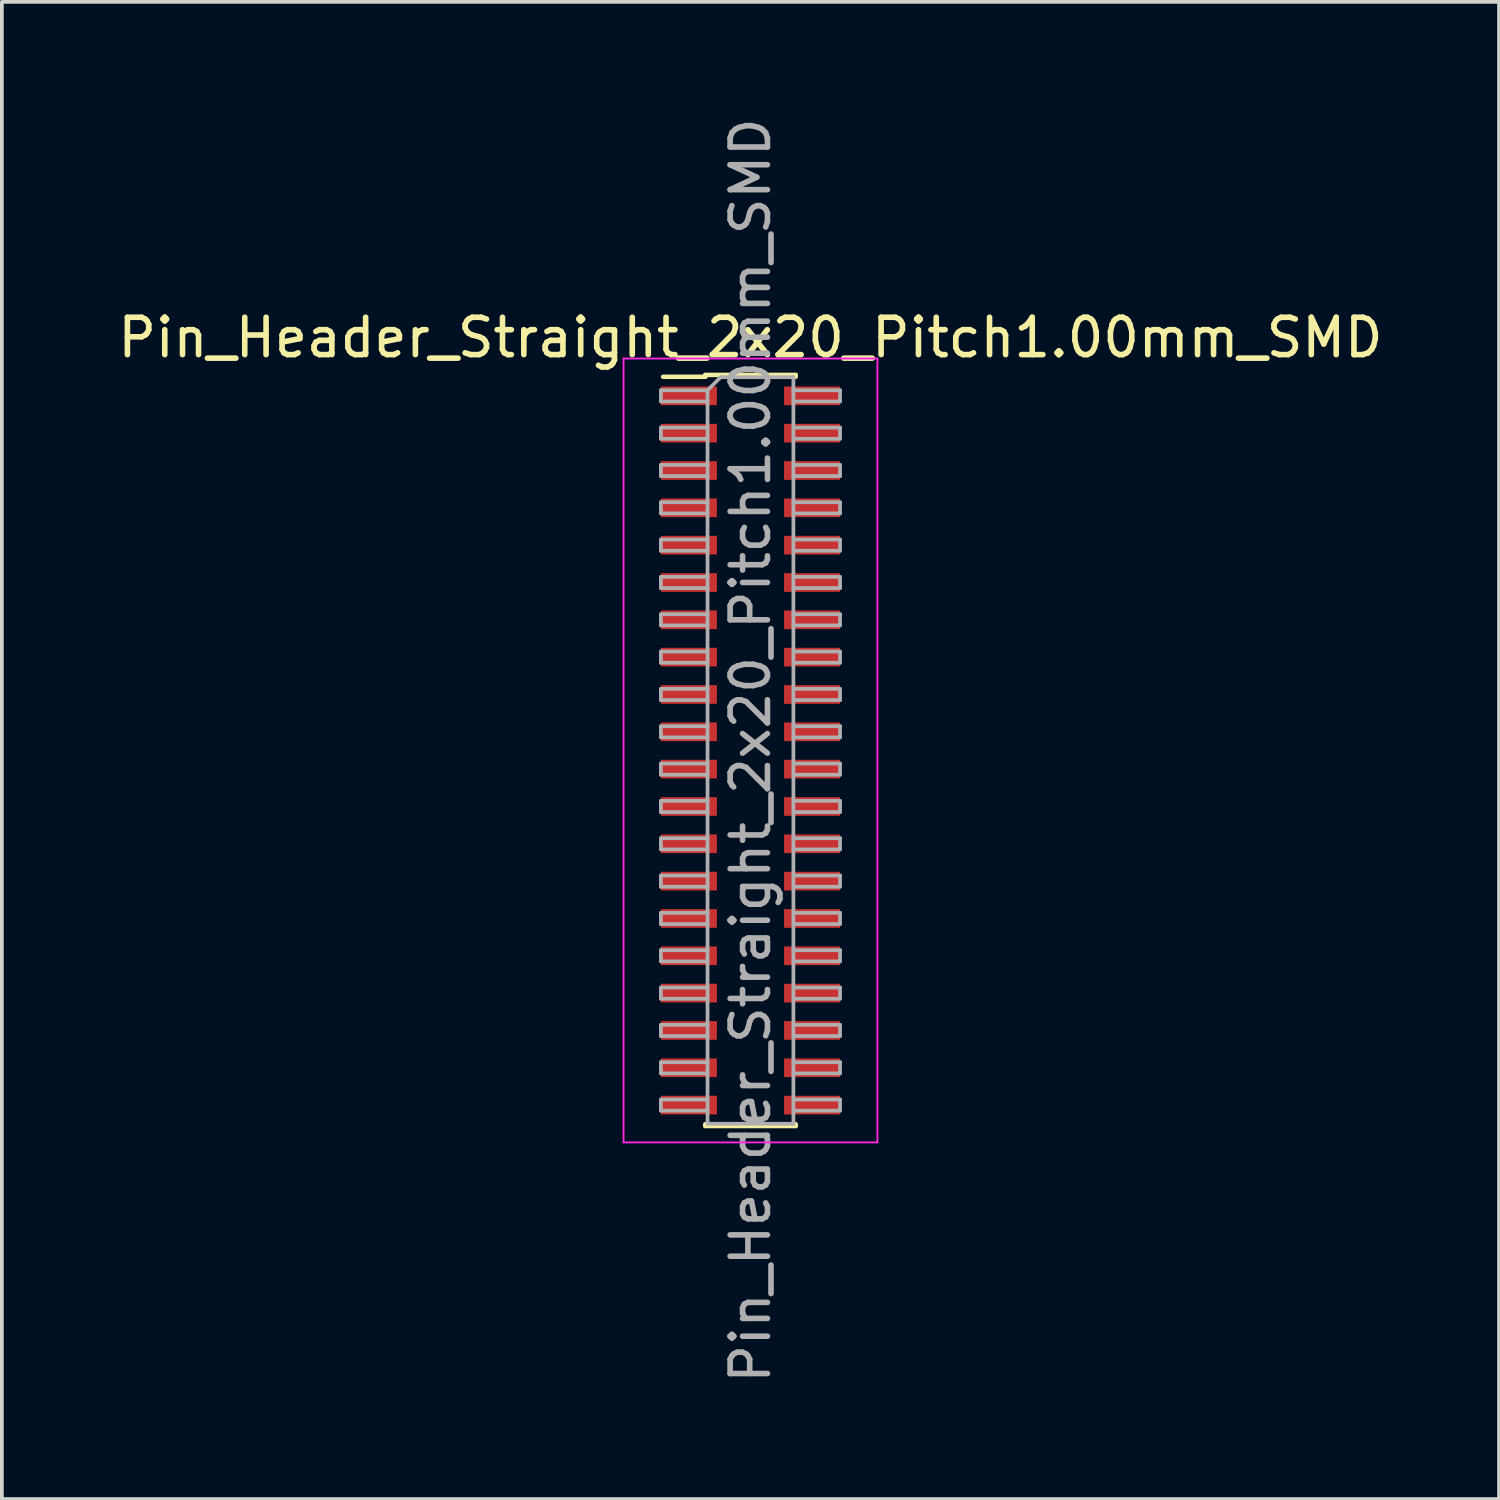
<source format=kicad_pcb>
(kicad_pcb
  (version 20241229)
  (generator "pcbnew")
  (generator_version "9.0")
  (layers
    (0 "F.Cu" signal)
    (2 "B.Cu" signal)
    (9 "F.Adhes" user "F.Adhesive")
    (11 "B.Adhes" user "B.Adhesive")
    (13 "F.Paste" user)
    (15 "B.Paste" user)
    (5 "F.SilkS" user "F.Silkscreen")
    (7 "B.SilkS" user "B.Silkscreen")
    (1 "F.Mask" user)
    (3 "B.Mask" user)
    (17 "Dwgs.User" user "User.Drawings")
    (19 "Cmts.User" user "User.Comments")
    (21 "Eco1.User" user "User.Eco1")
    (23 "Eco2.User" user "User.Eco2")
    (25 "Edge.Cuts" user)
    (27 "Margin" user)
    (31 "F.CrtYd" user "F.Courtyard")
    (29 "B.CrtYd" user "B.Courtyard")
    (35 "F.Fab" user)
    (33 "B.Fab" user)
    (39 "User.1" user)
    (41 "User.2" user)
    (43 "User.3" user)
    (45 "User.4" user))
  (footprint "Pin_Header_Straight_2x20_Pitch1.00mm_SMD"
    (layer "F.Cu")
    (at 17.054 17.054)
    (property "Reference" "Pin_Header_Straight_2x20_Pitch1.00mm_SMD" (at 0 -11.06 0) (layer "F.SilkS") (effects (font (size 1 1) (thickness 0.15))))
    (attr smd)
    (fp_line (start -2.34 -10.01) (end -1.21 -10.01) (stroke (width 0.12) (type solid)) (layer "F.SilkS"))
    (fp_line (start -1.21 -10.06) (end -1.21 -10.01) (stroke (width 0.12) (type solid)) (layer "F.SilkS"))
    (fp_line (start -1.21 -10.06) (end 1.21 -10.06) (stroke (width 0.12) (type solid)) (layer "F.SilkS"))
    (fp_line (start -1.21 10.01) (end -1.21 10.06) (stroke (width 0.12) (type solid)) (layer "F.SilkS"))
    (fp_line (start -1.21 10.06) (end 1.21 10.06) (stroke (width 0.12) (type solid)) (layer "F.SilkS"))
    (fp_line (start 1.21 -10.06) (end 1.21 -10.01) (stroke (width 0.12) (type solid)) (layer "F.SilkS"))
    (fp_line (start 1.21 10.01) (end 1.21 10.06) (stroke (width 0.12) (type solid)) (layer "F.SilkS"))
    (fp_line (start -3.4 -10.5) (end -3.4 10.5) (stroke (width 0.05) (type solid)) (layer "F.CrtYd"))
    (fp_line (start -3.4 10.5) (end 3.4 10.5) (stroke (width 0.05) (type solid)) (layer "F.CrtYd"))
    (fp_line (start 3.4 -10.5) (end -3.4 -10.5) (stroke (width 0.05) (type solid)) (layer "F.CrtYd"))
    (fp_line (start 3.4 10.5) (end 3.4 -10.5) (stroke (width 0.05) (type solid)) (layer "F.CrtYd"))
    (fp_line (start -2.4 -9.65) (end -2.4 -9.35) (stroke (width 0.1) (type solid)) (layer "F.Fab"))
    (fp_line (start -2.4 -9.35) (end -1.15 -9.35) (stroke (width 0.1) (type solid)) (layer "F.Fab"))
    (fp_line (start -2.4 -8.65) (end -2.4 -8.35) (stroke (width 0.1) (type solid)) (layer "F.Fab"))
    (fp_line (start -2.4 -8.35) (end -1.15 -8.35) (stroke (width 0.1) (type solid)) (layer "F.Fab"))
    (fp_line (start -2.4 -7.65) (end -2.4 -7.35) (stroke (width 0.1) (type solid)) (layer "F.Fab"))
    (fp_line (start -2.4 -7.35) (end -1.15 -7.35) (stroke (width 0.1) (type solid)) (layer "F.Fab"))
    (fp_line (start -2.4 -6.65) (end -2.4 -6.35) (stroke (width 0.1) (type solid)) (layer "F.Fab"))
    (fp_line (start -2.4 -6.35) (end -1.15 -6.35) (stroke (width 0.1) (type solid)) (layer "F.Fab"))
    (fp_line (start -2.4 -5.65) (end -2.4 -5.35) (stroke (width 0.1) (type solid)) (layer "F.Fab"))
    (fp_line (start -2.4 -5.35) (end -1.15 -5.35) (stroke (width 0.1) (type solid)) (layer "F.Fab"))
    (fp_line (start -2.4 -4.65) (end -2.4 -4.35) (stroke (width 0.1) (type solid)) (layer "F.Fab"))
    (fp_line (start -2.4 -4.35) (end -1.15 -4.35) (stroke (width 0.1) (type solid)) (layer "F.Fab"))
    (fp_line (start -2.4 -3.65) (end -2.4 -3.35) (stroke (width 0.1) (type solid)) (layer "F.Fab"))
    (fp_line (start -2.4 -3.35) (end -1.15 -3.35) (stroke (width 0.1) (type solid)) (layer "F.Fab"))
    (fp_line (start -2.4 -2.65) (end -2.4 -2.35) (stroke (width 0.1) (type solid)) (layer "F.Fab"))
    (fp_line (start -2.4 -2.35) (end -1.15 -2.35) (stroke (width 0.1) (type solid)) (layer "F.Fab"))
    (fp_line (start -2.4 -1.65) (end -2.4 -1.35) (stroke (width 0.1) (type solid)) (layer "F.Fab"))
    (fp_line (start -2.4 -1.35) (end -1.15 -1.35) (stroke (width 0.1) (type solid)) (layer "F.Fab"))
    (fp_line (start -2.4 -0.65) (end -2.4 -0.35) (stroke (width 0.1) (type solid)) (layer "F.Fab"))
    (fp_line (start -2.4 -0.35) (end -1.15 -0.35) (stroke (width 0.1) (type solid)) (layer "F.Fab"))
    (fp_line (start -2.4 0.35) (end -2.4 0.65) (stroke (width 0.1) (type solid)) (layer "F.Fab"))
    (fp_line (start -2.4 0.65) (end -1.15 0.65) (stroke (width 0.1) (type solid)) (layer "F.Fab"))
    (fp_line (start -2.4 1.35) (end -2.4 1.65) (stroke (width 0.1) (type solid)) (layer "F.Fab"))
    (fp_line (start -2.4 1.65) (end -1.15 1.65) (stroke (width 0.1) (type solid)) (layer "F.Fab"))
    (fp_line (start -2.4 2.35) (end -2.4 2.65) (stroke (width 0.1) (type solid)) (layer "F.Fab"))
    (fp_line (start -2.4 2.65) (end -1.15 2.65) (stroke (width 0.1) (type solid)) (layer "F.Fab"))
    (fp_line (start -2.4 3.35) (end -2.4 3.65) (stroke (width 0.1) (type solid)) (layer "F.Fab"))
    (fp_line (start -2.4 3.65) (end -1.15 3.65) (stroke (width 0.1) (type solid)) (layer "F.Fab"))
    (fp_line (start -2.4 4.35) (end -2.4 4.65) (stroke (width 0.1) (type solid)) (layer "F.Fab"))
    (fp_line (start -2.4 4.65) (end -1.15 4.65) (stroke (width 0.1) (type solid)) (layer "F.Fab"))
    (fp_line (start -2.4 5.35) (end -2.4 5.65) (stroke (width 0.1) (type solid)) (layer "F.Fab"))
    (fp_line (start -2.4 5.65) (end -1.15 5.65) (stroke (width 0.1) (type solid)) (layer "F.Fab"))
    (fp_line (start -2.4 6.35) (end -2.4 6.65) (stroke (width 0.1) (type solid)) (layer "F.Fab"))
    (fp_line (start -2.4 6.65) (end -1.15 6.65) (stroke (width 0.1) (type solid)) (layer "F.Fab"))
    (fp_line (start -2.4 7.35) (end -2.4 7.65) (stroke (width 0.1) (type solid)) (layer "F.Fab"))
    (fp_line (start -2.4 7.65) (end -1.15 7.65) (stroke (width 0.1) (type solid)) (layer "F.Fab"))
    (fp_line (start -2.4 8.35) (end -2.4 8.65) (stroke (width 0.1) (type solid)) (layer "F.Fab"))
    (fp_line (start -2.4 8.65) (end -1.15 8.65) (stroke (width 0.1) (type solid)) (layer "F.Fab"))
    (fp_line (start -2.4 9.35) (end -2.4 9.65) (stroke (width 0.1) (type solid)) (layer "F.Fab"))
    (fp_line (start -2.4 9.65) (end -1.15 9.65) (stroke (width 0.1) (type solid)) (layer "F.Fab"))
    (fp_line (start -1.15 -9.65) (end -2.4 -9.65) (stroke (width 0.1) (type solid)) (layer "F.Fab"))
    (fp_line (start -1.15 -9.65) (end -0.8 -10) (stroke (width 0.1) (type solid)) (layer "F.Fab"))
    (fp_line (start -1.15 -8.65) (end -2.4 -8.65) (stroke (width 0.1) (type solid)) (layer "F.Fab"))
    (fp_line (start -1.15 -7.65) (end -2.4 -7.65) (stroke (width 0.1) (type solid)) (layer "F.Fab"))
    (fp_line (start -1.15 -6.65) (end -2.4 -6.65) (stroke (width 0.1) (type solid)) (layer "F.Fab"))
    (fp_line (start -1.15 -5.65) (end -2.4 -5.65) (stroke (width 0.1) (type solid)) (layer "F.Fab"))
    (fp_line (start -1.15 -4.65) (end -2.4 -4.65) (stroke (width 0.1) (type solid)) (layer "F.Fab"))
    (fp_line (start -1.15 -3.65) (end -2.4 -3.65) (stroke (width 0.1) (type solid)) (layer "F.Fab"))
    (fp_line (start -1.15 -2.65) (end -2.4 -2.65) (stroke (width 0.1) (type solid)) (layer "F.Fab"))
    (fp_line (start -1.15 -1.65) (end -2.4 -1.65) (stroke (width 0.1) (type solid)) (layer "F.Fab"))
    (fp_line (start -1.15 -0.65) (end -2.4 -0.65) (stroke (width 0.1) (type solid)) (layer "F.Fab"))
    (fp_line (start -1.15 0.35) (end -2.4 0.35) (stroke (width 0.1) (type solid)) (layer "F.Fab"))
    (fp_line (start -1.15 1.35) (end -2.4 1.35) (stroke (width 0.1) (type solid)) (layer "F.Fab"))
    (fp_line (start -1.15 2.35) (end -2.4 2.35) (stroke (width 0.1) (type solid)) (layer "F.Fab"))
    (fp_line (start -1.15 3.35) (end -2.4 3.35) (stroke (width 0.1) (type solid)) (layer "F.Fab"))
    (fp_line (start -1.15 4.35) (end -2.4 4.35) (stroke (width 0.1) (type solid)) (layer "F.Fab"))
    (fp_line (start -1.15 5.35) (end -2.4 5.35) (stroke (width 0.1) (type solid)) (layer "F.Fab"))
    (fp_line (start -1.15 6.35) (end -2.4 6.35) (stroke (width 0.1) (type solid)) (layer "F.Fab"))
    (fp_line (start -1.15 7.35) (end -2.4 7.35) (stroke (width 0.1) (type solid)) (layer "F.Fab"))
    (fp_line (start -1.15 8.35) (end -2.4 8.35) (stroke (width 0.1) (type solid)) (layer "F.Fab"))
    (fp_line (start -1.15 9.35) (end -2.4 9.35) (stroke (width 0.1) (type solid)) (layer "F.Fab"))
    (fp_line (start -1.15 10) (end -1.15 -9.65) (stroke (width 0.1) (type solid)) (layer "F.Fab"))
    (fp_line (start -0.8 -10) (end 1.15 -10) (stroke (width 0.1) (type solid)) (layer "F.Fab"))
    (fp_line (start 1.15 -10) (end 1.15 10) (stroke (width 0.1) (type solid)) (layer "F.Fab"))
    (fp_line (start 1.15 -9.65) (end 2.4 -9.65) (stroke (width 0.1) (type solid)) (layer "F.Fab"))
    (fp_line (start 1.15 -8.65) (end 2.4 -8.65) (stroke (width 0.1) (type solid)) (layer "F.Fab"))
    (fp_line (start 1.15 -7.65) (end 2.4 -7.65) (stroke (width 0.1) (type solid)) (layer "F.Fab"))
    (fp_line (start 1.15 -6.65) (end 2.4 -6.65) (stroke (width 0.1) (type solid)) (layer "F.Fab"))
    (fp_line (start 1.15 -5.65) (end 2.4 -5.65) (stroke (width 0.1) (type solid)) (layer "F.Fab"))
    (fp_line (start 1.15 -4.65) (end 2.4 -4.65) (stroke (width 0.1) (type solid)) (layer "F.Fab"))
    (fp_line (start 1.15 -3.65) (end 2.4 -3.65) (stroke (width 0.1) (type solid)) (layer "F.Fab"))
    (fp_line (start 1.15 -2.65) (end 2.4 -2.65) (stroke (width 0.1) (type solid)) (layer "F.Fab"))
    (fp_line (start 1.15 -1.65) (end 2.4 -1.65) (stroke (width 0.1) (type solid)) (layer "F.Fab"))
    (fp_line (start 1.15 -0.65) (end 2.4 -0.65) (stroke (width 0.1) (type solid)) (layer "F.Fab"))
    (fp_line (start 1.15 0.35) (end 2.4 0.35) (stroke (width 0.1) (type solid)) (layer "F.Fab"))
    (fp_line (start 1.15 1.35) (end 2.4 1.35) (stroke (width 0.1) (type solid)) (layer "F.Fab"))
    (fp_line (start 1.15 2.35) (end 2.4 2.35) (stroke (width 0.1) (type solid)) (layer "F.Fab"))
    (fp_line (start 1.15 3.35) (end 2.4 3.35) (stroke (width 0.1) (type solid)) (layer "F.Fab"))
    (fp_line (start 1.15 4.35) (end 2.4 4.35) (stroke (width 0.1) (type solid)) (layer "F.Fab"))
    (fp_line (start 1.15 5.35) (end 2.4 5.35) (stroke (width 0.1) (type solid)) (layer "F.Fab"))
    (fp_line (start 1.15 6.35) (end 2.4 6.35) (stroke (width 0.1) (type solid)) (layer "F.Fab"))
    (fp_line (start 1.15 7.35) (end 2.4 7.35) (stroke (width 0.1) (type solid)) (layer "F.Fab"))
    (fp_line (start 1.15 8.35) (end 2.4 8.35) (stroke (width 0.1) (type solid)) (layer "F.Fab"))
    (fp_line (start 1.15 9.35) (end 2.4 9.35) (stroke (width 0.1) (type solid)) (layer "F.Fab"))
    (fp_line (start 1.15 10) (end -1.15 10) (stroke (width 0.1) (type solid)) (layer "F.Fab"))
    (fp_line (start 2.4 -9.65) (end 2.4 -9.35) (stroke (width 0.1) (type solid)) (layer "F.Fab"))
    (fp_line (start 2.4 -9.35) (end 1.15 -9.35) (stroke (width 0.1) (type solid)) (layer "F.Fab"))
    (fp_line (start 2.4 -8.65) (end 2.4 -8.35) (stroke (width 0.1) (type solid)) (layer "F.Fab"))
    (fp_line (start 2.4 -8.35) (end 1.15 -8.35) (stroke (width 0.1) (type solid)) (layer "F.Fab"))
    (fp_line (start 2.4 -7.65) (end 2.4 -7.35) (stroke (width 0.1) (type solid)) (layer "F.Fab"))
    (fp_line (start 2.4 -7.35) (end 1.15 -7.35) (stroke (width 0.1) (type solid)) (layer "F.Fab"))
    (fp_line (start 2.4 -6.65) (end 2.4 -6.35) (stroke (width 0.1) (type solid)) (layer "F.Fab"))
    (fp_line (start 2.4 -6.35) (end 1.15 -6.35) (stroke (width 0.1) (type solid)) (layer "F.Fab"))
    (fp_line (start 2.4 -5.65) (end 2.4 -5.35) (stroke (width 0.1) (type solid)) (layer "F.Fab"))
    (fp_line (start 2.4 -5.35) (end 1.15 -5.35) (stroke (width 0.1) (type solid)) (layer "F.Fab"))
    (fp_line (start 2.4 -4.65) (end 2.4 -4.35) (stroke (width 0.1) (type solid)) (layer "F.Fab"))
    (fp_line (start 2.4 -4.35) (end 1.15 -4.35) (stroke (width 0.1) (type solid)) (layer "F.Fab"))
    (fp_line (start 2.4 -3.65) (end 2.4 -3.35) (stroke (width 0.1) (type solid)) (layer "F.Fab"))
    (fp_line (start 2.4 -3.35) (end 1.15 -3.35) (stroke (width 0.1) (type solid)) (layer "F.Fab"))
    (fp_line (start 2.4 -2.65) (end 2.4 -2.35) (stroke (width 0.1) (type solid)) (layer "F.Fab"))
    (fp_line (start 2.4 -2.35) (end 1.15 -2.35) (stroke (width 0.1) (type solid)) (layer "F.Fab"))
    (fp_line (start 2.4 -1.65) (end 2.4 -1.35) (stroke (width 0.1) (type solid)) (layer "F.Fab"))
    (fp_line (start 2.4 -1.35) (end 1.15 -1.35) (stroke (width 0.1) (type solid)) (layer "F.Fab"))
    (fp_line (start 2.4 -0.65) (end 2.4 -0.35) (stroke (width 0.1) (type solid)) (layer "F.Fab"))
    (fp_line (start 2.4 -0.35) (end 1.15 -0.35) (stroke (width 0.1) (type solid)) (layer "F.Fab"))
    (fp_line (start 2.4 0.35) (end 2.4 0.65) (stroke (width 0.1) (type solid)) (layer "F.Fab"))
    (fp_line (start 2.4 0.65) (end 1.15 0.65) (stroke (width 0.1) (type solid)) (layer "F.Fab"))
    (fp_line (start 2.4 1.35) (end 2.4 1.65) (stroke (width 0.1) (type solid)) (layer "F.Fab"))
    (fp_line (start 2.4 1.65) (end 1.15 1.65) (stroke (width 0.1) (type solid)) (layer "F.Fab"))
    (fp_line (start 2.4 2.35) (end 2.4 2.65) (stroke (width 0.1) (type solid)) (layer "F.Fab"))
    (fp_line (start 2.4 2.65) (end 1.15 2.65) (stroke (width 0.1) (type solid)) (layer "F.Fab"))
    (fp_line (start 2.4 3.35) (end 2.4 3.65) (stroke (width 0.1) (type solid)) (layer "F.Fab"))
    (fp_line (start 2.4 3.65) (end 1.15 3.65) (stroke (width 0.1) (type solid)) (layer "F.Fab"))
    (fp_line (start 2.4 4.35) (end 2.4 4.65) (stroke (width 0.1) (type solid)) (layer "F.Fab"))
    (fp_line (start 2.4 4.65) (end 1.15 4.65) (stroke (width 0.1) (type solid)) (layer "F.Fab"))
    (fp_line (start 2.4 5.35) (end 2.4 5.65) (stroke (width 0.1) (type solid)) (layer "F.Fab"))
    (fp_line (start 2.4 5.65) (end 1.15 5.65) (stroke (width 0.1) (type solid)) (layer "F.Fab"))
    (fp_line (start 2.4 6.35) (end 2.4 6.65) (stroke (width 0.1) (type solid)) (layer "F.Fab"))
    (fp_line (start 2.4 6.65) (end 1.15 6.65) (stroke (width 0.1) (type solid)) (layer "F.Fab"))
    (fp_line (start 2.4 7.35) (end 2.4 7.65) (stroke (width 0.1) (type solid)) (layer "F.Fab"))
    (fp_line (start 2.4 7.65) (end 1.15 7.65) (stroke (width 0.1) (type solid)) (layer "F.Fab"))
    (fp_line (start 2.4 8.35) (end 2.4 8.65) (stroke (width 0.1) (type solid)) (layer "F.Fab"))
    (fp_line (start 2.4 8.65) (end 1.15 8.65) (stroke (width 0.1) (type solid)) (layer "F.Fab"))
    (fp_line (start 2.4 9.35) (end 2.4 9.65) (stroke (width 0.1) (type solid)) (layer "F.Fab"))
    (fp_line (start 2.4 9.65) (end 1.15 9.65) (stroke (width 0.1) (type solid)) (layer "F.Fab"))
    (fp_text user "${REFERENCE}" (at 0 0 90) (layer "F.Fab") (effects (font (size 1 1) (thickness 0.15))))
    (pad "1" smd rect (at -1.65 -9.5) (size 1.5 0.5) (layers "F.Cu" "F.Mask" "F.Paste"))
    (pad "2" smd rect (at 1.65 -9.5) (size 1.5 0.5) (layers "F.Cu" "F.Mask" "F.Paste"))
    (pad "3" smd rect (at -1.65 -8.5) (size 1.5 0.5) (layers "F.Cu" "F.Mask" "F.Paste"))
    (pad "4" smd rect (at 1.65 -8.5) (size 1.5 0.5) (layers "F.Cu" "F.Mask" "F.Paste"))
    (pad "5" smd rect (at -1.65 -7.5) (size 1.5 0.5) (layers "F.Cu" "F.Mask" "F.Paste"))
    (pad "6" smd rect (at 1.65 -7.5) (size 1.5 0.5) (layers "F.Cu" "F.Mask" "F.Paste"))
    (pad "7" smd rect (at -1.65 -6.5) (size 1.5 0.5) (layers "F.Cu" "F.Mask" "F.Paste"))
    (pad "8" smd rect (at 1.65 -6.5) (size 1.5 0.5) (layers "F.Cu" "F.Mask" "F.Paste"))
    (pad "9" smd rect (at -1.65 -5.5) (size 1.5 0.5) (layers "F.Cu" "F.Mask" "F.Paste"))
    (pad "10" smd rect (at 1.65 -5.5) (size 1.5 0.5) (layers "F.Cu" "F.Mask" "F.Paste"))
    (pad "11" smd rect (at -1.65 -4.5) (size 1.5 0.5) (layers "F.Cu" "F.Mask" "F.Paste"))
    (pad "12" smd rect (at 1.65 -4.5) (size 1.5 0.5) (layers "F.Cu" "F.Mask" "F.Paste"))
    (pad "13" smd rect (at -1.65 -3.5) (size 1.5 0.5) (layers "F.Cu" "F.Mask" "F.Paste"))
    (pad "14" smd rect (at 1.65 -3.5) (size 1.5 0.5) (layers "F.Cu" "F.Mask" "F.Paste"))
    (pad "15" smd rect (at -1.65 -2.5) (size 1.5 0.5) (layers "F.Cu" "F.Mask" "F.Paste"))
    (pad "16" smd rect (at 1.65 -2.5) (size 1.5 0.5) (layers "F.Cu" "F.Mask" "F.Paste"))
    (pad "17" smd rect (at -1.65 -1.5) (size 1.5 0.5) (layers "F.Cu" "F.Mask" "F.Paste"))
    (pad "18" smd rect (at 1.65 -1.5) (size 1.5 0.5) (layers "F.Cu" "F.Mask" "F.Paste"))
    (pad "19" smd rect (at -1.65 -0.5) (size 1.5 0.5) (layers "F.Cu" "F.Mask" "F.Paste"))
    (pad "20" smd rect (at 1.65 -0.5) (size 1.5 0.5) (layers "F.Cu" "F.Mask" "F.Paste"))
    (pad "21" smd rect (at -1.65 0.5) (size 1.5 0.5) (layers "F.Cu" "F.Mask" "F.Paste"))
    (pad "22" smd rect (at 1.65 0.5) (size 1.5 0.5) (layers "F.Cu" "F.Mask" "F.Paste"))
    (pad "23" smd rect (at -1.65 1.5) (size 1.5 0.5) (layers "F.Cu" "F.Mask" "F.Paste"))
    (pad "24" smd rect (at 1.65 1.5) (size 1.5 0.5) (layers "F.Cu" "F.Mask" "F.Paste"))
    (pad "25" smd rect (at -1.65 2.5) (size 1.5 0.5) (layers "F.Cu" "F.Mask" "F.Paste"))
    (pad "26" smd rect (at 1.65 2.5) (size 1.5 0.5) (layers "F.Cu" "F.Mask" "F.Paste"))
    (pad "27" smd rect (at -1.65 3.5) (size 1.5 0.5) (layers "F.Cu" "F.Mask" "F.Paste"))
    (pad "28" smd rect (at 1.65 3.5) (size 1.5 0.5) (layers "F.Cu" "F.Mask" "F.Paste"))
    (pad "29" smd rect (at -1.65 4.5) (size 1.5 0.5) (layers "F.Cu" "F.Mask" "F.Paste"))
    (pad "30" smd rect (at 1.65 4.5) (size 1.5 0.5) (layers "F.Cu" "F.Mask" "F.Paste"))
    (pad "31" smd rect (at -1.65 5.5) (size 1.5 0.5) (layers "F.Cu" "F.Mask" "F.Paste"))
    (pad "32" smd rect (at 1.65 5.5) (size 1.5 0.5) (layers "F.Cu" "F.Mask" "F.Paste"))
    (pad "33" smd rect (at -1.65 6.5) (size 1.5 0.5) (layers "F.Cu" "F.Mask" "F.Paste"))
    (pad "34" smd rect (at 1.65 6.5) (size 1.5 0.5) (layers "F.Cu" "F.Mask" "F.Paste"))
    (pad "35" smd rect (at -1.65 7.5) (size 1.5 0.5) (layers "F.Cu" "F.Mask" "F.Paste"))
    (pad "36" smd rect (at 1.65 7.5) (size 1.5 0.5) (layers "F.Cu" "F.Mask" "F.Paste"))
    (pad "37" smd rect (at -1.65 8.5) (size 1.5 0.5) (layers "F.Cu" "F.Mask" "F.Paste"))
    (pad "38" smd rect (at 1.65 8.5) (size 1.5 0.5) (layers "F.Cu" "F.Mask" "F.Paste"))
    (pad "39" smd rect (at -1.65 9.5) (size 1.5 0.5) (layers "F.Cu" "F.Mask" "F.Paste"))
    (pad "40" smd rect (at 1.65 9.5) (size 1.5 0.5) (layers "F.Cu" "F.Mask" "F.Paste")))
  (gr_rect
    (start -3 -3)
    (end 37.107 37.107)
    (stroke (width 0.1) (type default))
    (fill no)
    (layer "Edge.Cuts")))
</source>
